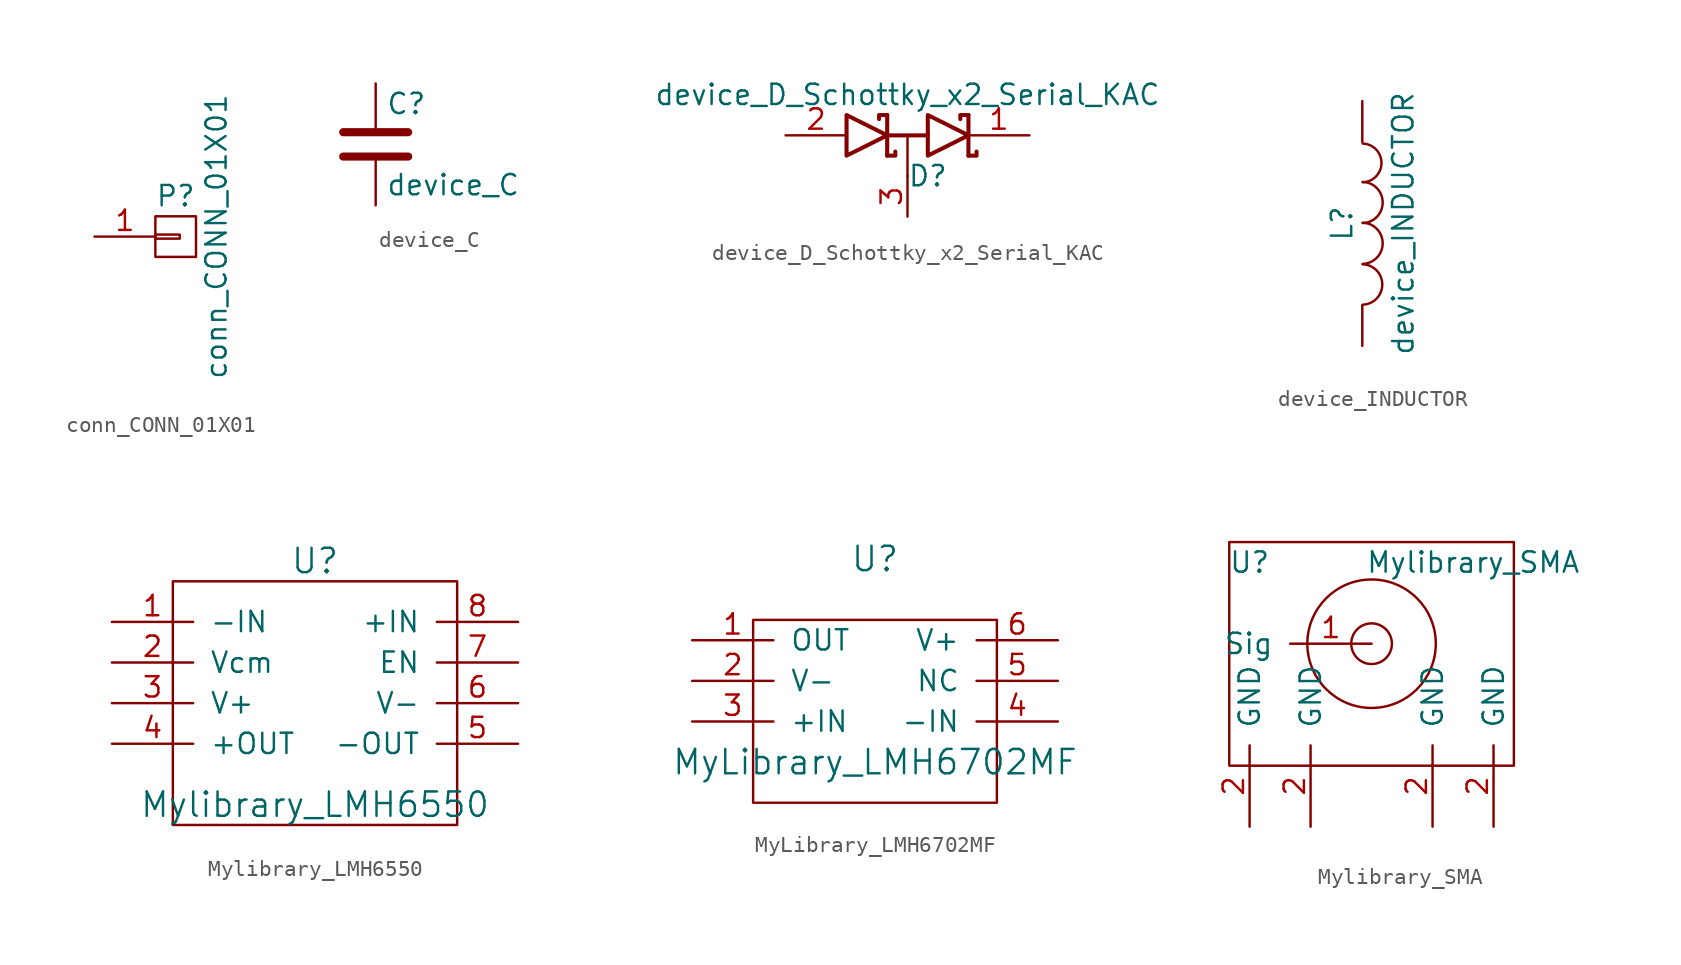
<source format=kicad_sym>
(kicad_symbol_lib
  (version 20211014)
  (generator kicad_symbol_editor)
  (symbol "conn_CONN_01X01"
    (pin_names
      (offset 1.016) hide)
    (property "Reference" "P"
      (at 0 2.54 0)
      (effects (font (size 1.27 1.27))))
    (property "Value" "conn_CONN_01X01"
      (at 2.54 0 90)
      (effects (font (size 1.27 1.27))))
    (property "Footprint" ""
      (at 0 0 0)
      (effects (font (size 1.27 1.27))))
    (property "Datasheet" ""
      (at 0 0 0)
      (effects (font (size 1.27 1.27))))
    (symbol "conn_CONN_01X01_0_1"
      (rectangle (start -1.27 0.127) (end 0.254 -0.127) (stroke (width 0) (type default) (color 0 0 0 0)) (fill (type none)))
      (rectangle (start -1.27 1.27) (end 1.27 -1.27) (stroke (width 0) (type default) (color 0 0 0 0)) (fill (type none))))
    (symbol "conn_CONN_01X01_1_1"
      (pin passive line (at -5.08 0 0) (length 3.81) (name "P1" (effects (font (size 1.27 1.27)))) (number "1" (effects (font (size 1.27 1.27)))))))
  (symbol "device_C"
    (pin_numbers hide)
    (pin_names
      (offset 0.254))
    (property "Reference" "C"
      (at 0.635 2.54 0)
      (effects (font (size 1.27 1.27)) (justify left)))
    (property "Value" "device_C"
      (at 0.635 -2.54 0)
      (effects (font (size 1.27 1.27)) (justify left)))
    (property "Footprint" ""
      (at 0.965 -3.81 0)
      (effects (font (size 1.27 1.27))))
    (property "Datasheet" ""
      (at 0 0 0)
      (effects (font (size 1.27 1.27))))
    (symbol "device_C_0_1"
      (polyline (pts (xy -2.032 -0.762) (xy 2.032 -0.762)) (stroke (width 0.508) (type default) (color 0 0 0 0)) (fill (type none)))
      (polyline (pts (xy -2.032 0.762) (xy 2.032 0.762)) (stroke (width 0.508) (type default) (color 0 0 0 0)) (fill (type none))))
    (symbol "device_C_1_1"
      (pin passive line (at 0 3.81 270) (length 2.794) (name "~" (effects (font (size 1.016 1.016)))) (number "1" (effects (font (size 1.016 1.016)))))
      (pin passive line (at 0 -3.81 90) (length 2.794) (name "~" (effects (font (size 1.016 1.016)))) (number "2" (effects (font (size 1.016 1.016)))))))
  (symbol "device_D_Schottky_x2_Serial_KAC"
    (pin_names
      (offset 0.762) hide)
    (property "Reference" "D"
      (at 1.27 -2.54 0)
      (effects (font (size 1.27 1.27))))
    (property "Value" "device_D_Schottky_x2_Serial_KAC"
      (at 0 2.54 0)
      (effects (font (size 1.27 1.27))))
    (property "Footprint" ""
      (at 0 0 0)
      (effects (font (size 1.27 1.27))))
    (property "Datasheet" ""
      (at 0 0 0)
      (effects (font (size 1.27 1.27))))
    (symbol "device_D_Schottky_x2_Serial_KAC_0_1"
      (polyline (pts (xy 0 0) (xy 0 -2.54)) (stroke (width 0) (type default) (color 0 0 0 0)) (fill (type none)))
      (polyline (pts (xy -1.27 -1.27) (xy -1.27 1.27) (xy -1.27 1.27)) (stroke (width 0.254) (type default) (color 0 0 0 0)) (fill (type none)))
      (polyline (pts (xy -1.27 0) (xy 1.27 0) (xy 1.27 0)) (stroke (width 0.254) (type default) (color 0 0 0 0)) (fill (type none)))
      (polyline (pts (xy 3.81 1.27) (xy 3.81 -1.27) (xy 3.81 -1.27)) (stroke (width 0.254) (type default) (color 0 0 0 0)) (fill (type none)))
      (polyline (pts (xy -1.27 -1.27) (xy -0.762 -1.27) (xy -0.762 -1.016) (xy -0.762 -1.016)) (stroke (width 0.254) (type default) (color 0 0 0 0)) (fill (type none)))
      (polyline (pts (xy 3.81 -1.27) (xy 4.318 -1.27) (xy 4.318 -1.016) (xy 4.318 -1.016)) (stroke (width 0.254) (type default) (color 0 0 0 0)) (fill (type none)))
      (polyline (pts (xy 3.81 1.27) (xy 3.302 1.27) (xy 3.302 1.016) (xy 3.302 1.016)) (stroke (width 0.254) (type default) (color 0 0 0 0)) (fill (type none)))
      (polyline (pts (xy -1.778 1.016) (xy -1.778 1.27) (xy -1.27 1.27) (xy -1.27 1.27) (xy -1.27 1.27)) (stroke (width 0.254) (type default) (color 0 0 0 0)) (fill (type none)))
      (polyline (pts (xy -3.81 1.27) (xy -1.27 0) (xy -3.81 -1.27) (xy -3.81 1.27) (xy -3.81 1.27) (xy -3.81 1.27)) (stroke (width 0.254) (type default) (color 0 0 0 0)) (fill (type none)))
      (polyline (pts (xy 1.27 1.27) (xy 3.81 0) (xy 1.27 -1.27) (xy 1.27 1.27) (xy 1.27 1.27) (xy 1.27 1.27)) (stroke (width 0.254) (type default) (color 0 0 0 0)) (fill (type none)))
      (pin passive line (at 7.62 0 180) (length 3.81) (name "K" (effects (font (size 1.27 1.27)))) (number "1" (effects (font (size 1.27 1.27)))))
      (pin passive line (at -7.62 0 0) (length 3.81) (name "A" (effects (font (size 1.27 1.27)))) (number "2" (effects (font (size 1.27 1.27)))))
      (pin passive line (at 0 -5.08 90) (length 2.54) (name "common" (effects (font (size 1.27 1.27)))) (number "3" (effects (font (size 1.27 1.27)))))))
  (symbol "device_INDUCTOR"
    (pin_numbers hide)
    (pin_names
      (offset 1.016) hide)
    (property "Reference" "L"
      (at -1.27 0 90)
      (effects (font (size 1.27 1.27))))
    (property "Value" "device_INDUCTOR"
      (at 2.54 0 90)
      (effects (font (size 1.27 1.27))))
    (property "Footprint" ""
      (at 0 0 0)
      (effects (font (size 1.27 1.27))))
    (property "Datasheet" ""
      (at 0 0 0)
      (effects (font (size 1.27 1.27))))
    (symbol "device_INDUCTOR_0_1"
      (arc (start 0.0254 -5.0546) (mid 1.2449 -3.8097) (end 0.0254 -2.54) (stroke (width 0) (type default) (color 0 0 0 0)) (fill (type none)))
      (arc (start 0.0254 -2.5146) (mid 1.2703 -1.2444) (end 0.0254 0.0508) (stroke (width 0) (type default) (color 0 0 0 0)) (fill (type none)))
      (arc (start 0.0254 0.0254) (mid 1.2703 1.2956) (end 0.0254 2.5908) (stroke (width 0) (type default) (color 0 0 0 0)) (fill (type none)))
      (arc (start 0.0254 2.5654) (mid 1.1941 3.7595) (end 0.0254 4.9784) (stroke (width 0) (type default) (color 0 0 0 0)) (fill (type none))))
    (symbol "device_INDUCTOR_1_1"
      (pin passive line (at 0 7.62 270) (length 2.54) (name "1" (effects (font (size 1.27 1.27)))) (number "1" (effects (font (size 1.27 1.27)))))
      (pin passive line (at 0 -7.62 90) (length 2.54) (name "2" (effects (font (size 1.27 1.27)))) (number "2" (effects (font (size 1.27 1.27)))))))
  (symbol "Mylibrary_LMH6550"
    (pin_names
      (offset 1.016))
    (property "Reference" "U"
      (at 0 7.62 0)
      (effects (font (size 1.524 1.524))))
    (property "Value" "Mylibrary_LMH6550"
      (at 0 -7.62 0)
      (effects (font (size 1.524 1.524))))
    (property "Footprint" ""
      (at 0 0 0)
      (effects (font (size 1.524 1.524))))
    (property "Datasheet" ""
      (at 0 0 0)
      (effects (font (size 1.524 1.524))))
    (symbol "Mylibrary_LMH6550_0_1"
      (rectangle (start -8.89 6.35) (end 8.89 -8.89) (stroke (width 0) (type default) (color 0 0 0 0)) (fill (type none))))
    (symbol "Mylibrary_LMH6550_1_1"
      (pin input line (at -12.7 3.81 0) (length 5.08) (name "-IN" (effects (font (size 1.27 1.27)))) (number "1" (effects (font (size 1.27 1.27)))))
      (pin input line (at -12.7 1.27 0) (length 5.08) (name "Vcm" (effects (font (size 1.27 1.27)))) (number "2" (effects (font (size 1.27 1.27)))))
      (pin input line (at -12.7 -1.27 0) (length 5.08) (name "V+" (effects (font (size 1.27 1.27)))) (number "3" (effects (font (size 1.27 1.27)))))
      (pin input line (at -12.7 -3.81 0) (length 5.08) (name "+OUT" (effects (font (size 1.27 1.27)))) (number "4" (effects (font (size 1.27 1.27)))))
      (pin input line (at 12.7 -3.81 180) (length 5.08) (name "-OUT" (effects (font (size 1.27 1.27)))) (number "5" (effects (font (size 1.27 1.27)))))
      (pin input line (at 12.7 -1.27 180) (length 5.08) (name "V-" (effects (font (size 1.27 1.27)))) (number "6" (effects (font (size 1.27 1.27)))))
      (pin input line (at 12.7 1.27 180) (length 5.08) (name "EN" (effects (font (size 1.27 1.27)))) (number "7" (effects (font (size 1.27 1.27)))))
      (pin input line (at 12.7 3.81 180) (length 5.08) (name "+IN" (effects (font (size 1.27 1.27)))) (number "8" (effects (font (size 1.27 1.27)))))))
  (symbol "MyLibrary_LMH6702MF"
    (pin_names
      (offset 1.016))
    (property "Reference" "U"
      (at 0 7.62 0)
      (effects (font (size 1.524 1.524))))
    (property "Value" "MyLibrary_LMH6702MF"
      (at 0 -5.08 0)
      (effects (font (size 1.524 1.524))))
    (property "Footprint" ""
      (at 0 0 0)
      (effects (font (size 1.524 1.524))))
    (property "Datasheet" ""
      (at 0 0 0)
      (effects (font (size 1.524 1.524))))
    (symbol "MyLibrary_LMH6702MF_0_1"
      (rectangle (start -7.62 3.81) (end 7.62 -7.62) (stroke (width 0) (type default) (color 0 0 0 0)) (fill (type none))))
    (symbol "MyLibrary_LMH6702MF_1_1"
      (pin input line (at -11.43 2.54 0) (length 5.08) (name "OUT" (effects (font (size 1.27 1.27)))) (number "1" (effects (font (size 1.27 1.27)))))
      (pin input line (at -11.43 0 0) (length 5.08) (name "V-" (effects (font (size 1.27 1.27)))) (number "2" (effects (font (size 1.27 1.27)))))
      (pin input line (at -11.43 -2.54 0) (length 5.08) (name "+IN" (effects (font (size 1.27 1.27)))) (number "3" (effects (font (size 1.27 1.27)))))
      (pin input line (at 11.43 -2.54 180) (length 5.08) (name "-IN" (effects (font (size 1.27 1.27)))) (number "4" (effects (font (size 1.27 1.27)))))
      (pin input line (at 11.43 0 180) (length 5.08) (name "NC" (effects (font (size 1.27 1.27)))) (number "5" (effects (font (size 1.27 1.27)))))
      (pin input line (at 11.43 2.54 180) (length 5.08) (name "V+" (effects (font (size 1.27 1.27)))) (number "6" (effects (font (size 1.27 1.27)))))))
  (symbol "Mylibrary_SMA"
    (pin_names
      (offset 1.016))
    (property "Reference" "U"
      (at -7.62 5.08 0)
      (effects (font (size 1.27 1.27))))
    (property "Value" "Mylibrary_SMA"
      (at 6.35 5.08 0)
      (effects (font (size 1.27 1.27))))
    (symbol "Mylibrary_SMA_0_1"
      (rectangle (start -8.89 6.35) (end 8.89 -7.62) (stroke (width 0) (type default) (color 0 0 0 0)) (fill (type none)))
      (circle (center 0 0) (radius 1.27) (stroke (width 0) (type default) (color 0 0 0 0)) (fill (type none)))
      (circle (center 0 0) (radius 4.013) (stroke (width 0) (type default) (color 0 0 0 0)) (fill (type none))))
    (symbol "Mylibrary_SMA_1_1"
      (pin input line (at 0 0 180) (length 5.08) (name "Sig" (effects (font (size 1.27 1.27)))) (number "1" (effects (font (size 1.27 1.27)))))
      (pin input line (at -7.62 -11.43 90) (length 5.08) (name "GND" (effects (font (size 1.27 1.27)))) (number "2" (effects (font (size 1.27 1.27)))))
      (pin input line (at -3.81 -11.43 90) (length 5.08) (name "GND" (effects (font (size 1.27 1.27)))) (number "2" (effects (font (size 1.27 1.27)))))
      (pin input line (at 3.81 -11.43 90) (length 5.08) (name "GND" (effects (font (size 1.27 1.27)))) (number "2" (effects (font (size 1.27 1.27)))))
      (pin input line (at 7.62 -11.43 90) (length 5.08) (name "GND" (effects (font (size 1.27 1.27)))) (number "2" (effects (font (size 1.27 1.27))))))))
</source>
